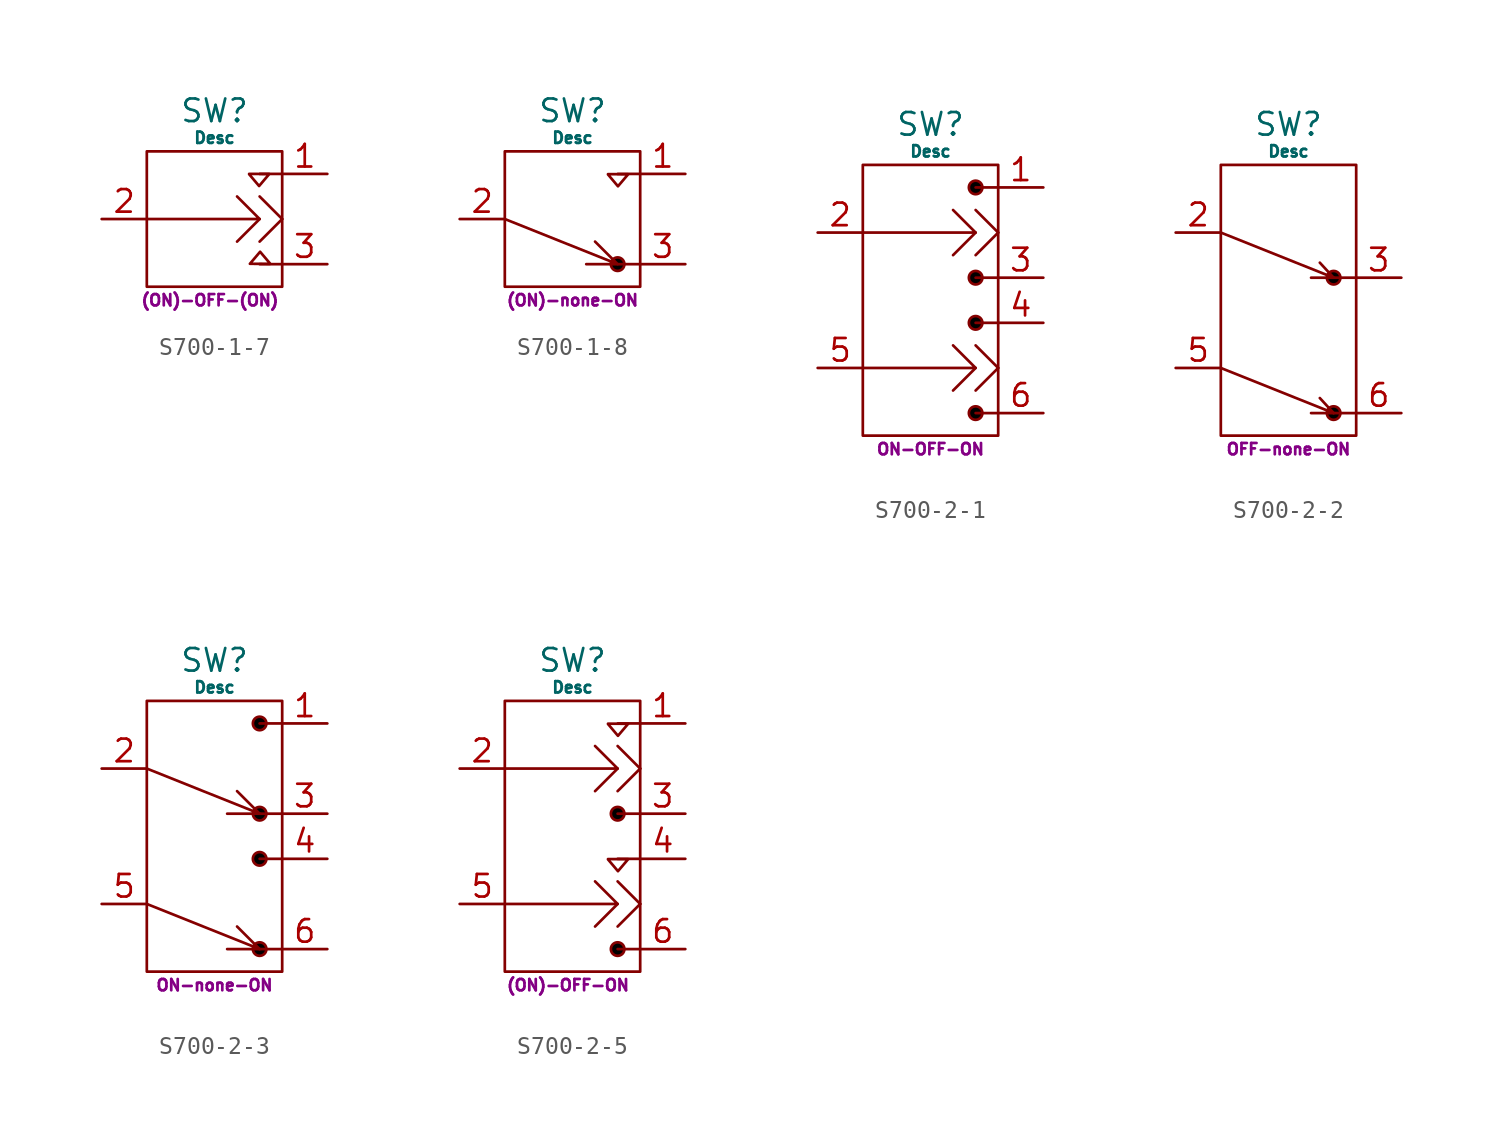
<source format=kicad_sym>
(kicad_symbol_lib
  (version 20231120)
  (generator "kicad_symbol_editor")
  (generator_version "8.0")
  (symbol "S700-1-7"
    (pin_names hide)
    (property "Reference" "SW"
      (at 0 6.096 0)
      (effects (font (size 1.27 1.27))))
    (property "Value" "Desc"
      (at 0 4.572 0)
      (do_not_autoplace)
      (effects (font (size 0.635 0.635))))
    (property "Description" "(ON)-OFF-(ON)"
      (at -0.254 -4.572 0)
      (do_not_autoplace)
      (effects (font (size 0.635 0.635))))
    (symbol "S700-1-7_0_1"
      (rectangle (start -3.81 3.81) (end 3.81 -3.81) (stroke (width 0) (type default)) (fill (type none)))
      (polyline (pts (xy 2.54 0) (xy 1.27 -1.27)) (stroke (width 0) (type default)) (fill (type none)))
      (polyline (pts (xy 3.81 -2.54) (xy 2.54 -2.54)) (stroke (width 0) (type default)) (fill (type none)))
      (polyline (pts (xy 3.81 0) (xy 2.54 -1.27)) (stroke (width 0) (type default)) (fill (type none)))
      (polyline (pts (xy 3.81 0) (xy 2.54 1.27)) (stroke (width 0) (type default)) (fill (type none)))
      (polyline (pts (xy 3.81 2.54) (xy 2.54 2.54)) (stroke (width 0) (type default)) (fill (type none)))
      (polyline (pts (xy -3.81 0) (xy 2.54 0) (xy 1.27 1.27)) (stroke (width 0) (type default)) (fill (type none)))
      (polyline (pts (xy 1.949 2.542) (xy 3.083 2.536) (xy 2.51 1.859) (xy 1.949 2.523)) (stroke (width 0) (type default)) (fill (type none)))
      (polyline (pts (xy 3.128 -2.525) (xy 1.993 -2.519) (xy 2.567 -1.842) (xy 3.128 -2.506)) (stroke (width 0) (type default)) (fill (type none))))
    (symbol "S700-1-7_1_1"
      (pin passive line (at 6.35 2.54 180) (length 2.54) (name "ON" (effects (font (size 1.27 1.27)))) (number "1" (effects (font (size 1.27 1.27)))))
      (pin passive line (at -6.35 0 0) (length 2.54) (name "IN" (effects (font (size 1.27 1.27)))) (number "2" (effects (font (size 1.27 1.27)))))
      (pin passive line (at 6.35 -2.54 180) (length 2.54) (name "ON" (effects (font (size 1.27 1.27)))) (number "3" (effects (font (size 1.27 1.27)))))))
  (symbol "S700-1-8"
    (pin_names hide)
    (property "Reference" "SW"
      (at 0 6.096 0)
      (do_not_autoplace)
      (effects (font (size 1.27 1.27))))
    (property "Value" "Desc"
      (at 0 4.572 0)
      (do_not_autoplace)
      (effects (font (size 0.635 0.635))))
    (property "Description" "(ON)-none-ON"
      (at 0 -4.572 0)
      (do_not_autoplace)
      (effects (font (size 0.635 0.635))))
    (symbol "S700-1-8_0_1"
      (rectangle (start -3.81 3.81) (end 3.81 -3.81) (stroke (width 0) (type default)) (fill (type none)))
      (polyline (pts (xy 3.81 -2.54) (xy 2.54 -2.54)) (stroke (width 0) (type default)) (fill (type none)))
      (polyline (pts (xy 3.81 2.54) (xy 2.54 2.54)) (stroke (width 0) (type default)) (fill (type none)))
      (polyline (pts (xy 1.998 2.527) (xy 3.133 2.521) (xy 2.559 1.843) (xy 1.998 2.508)) (stroke (width 0) (type default)) (fill (type none)))
      (polyline (pts (xy -3.81 0) (xy 2.54 -2.54) (xy 1.27 -1.27) (xy 2.54 -2.54) (xy 0.773 -2.54)) (stroke (width 0) (type default)) (fill (type none)))
      (circle (center 2.54 -2.54) (radius 0.381) (stroke (width 0) (type default)) (fill (type color) (color 0 0 0 1))))
    (symbol "S700-1-8_1_1"
      (pin passive line (at 6.35 2.54 180) (length 2.54) (name "ON" (effects (font (size 1.27 1.27)))) (number "1" (effects (font (size 1.27 1.27)))))
      (pin passive line (at -6.35 0 0) (length 2.54) (name "IN" (effects (font (size 1.27 1.27)))) (number "2" (effects (font (size 1.27 1.27)))))
      (pin passive line (at 6.35 -2.54 180) (length 2.54) (name "ON" (effects (font (size 1.27 1.27)))) (number "3" (effects (font (size 1.27 1.27)))))))
  (symbol "S700-2-1"
    (pin_names hide)
    (property "Reference" "SW"
      (at 0 9.906 0)
      (do_not_autoplace)
      (effects (font (size 1.27 1.27))))
    (property "Value" "Desc"
      (at 0 8.382 0)
      (do_not_autoplace)
      (effects (font (size 0.635 0.635))))
    (property "Description" "ON-OFF-ON"
      (at 0 -8.382 0)
      (do_not_autoplace)
      (effects (font (size 0.635 0.635))))
    (symbol "S700-2-1_0_1"
      (rectangle (start -3.81 7.62) (end 3.81 -7.62) (stroke (width 0) (type default)) (fill (type none)))
      (polyline (pts (xy 2.54 -3.81) (xy 1.27 -5.08)) (stroke (width 0) (type default)) (fill (type none)))
      (polyline (pts (xy 2.54 3.81) (xy 1.27 2.54)) (stroke (width 0) (type default)) (fill (type none)))
      (polyline (pts (xy 3.81 -6.35) (xy 2.54 -6.35)) (stroke (width 0) (type default)) (fill (type none)))
      (polyline (pts (xy 3.81 -3.81) (xy 2.54 -5.08)) (stroke (width 0) (type default)) (fill (type none)))
      (polyline (pts (xy 3.81 -3.81) (xy 2.54 -2.54)) (stroke (width 0) (type default)) (fill (type none)))
      (polyline (pts (xy 3.81 -1.27) (xy 2.54 -1.27)) (stroke (width 0) (type default)) (fill (type none)))
      (polyline (pts (xy 3.81 1.27) (xy 2.54 1.27)) (stroke (width 0) (type default)) (fill (type none)))
      (polyline (pts (xy 3.81 3.81) (xy 2.54 2.54)) (stroke (width 0) (type default)) (fill (type none)))
      (polyline (pts (xy 3.81 3.81) (xy 2.54 5.08)) (stroke (width 0) (type default)) (fill (type none)))
      (polyline (pts (xy 3.81 6.35) (xy 2.54 6.35)) (stroke (width 0) (type default)) (fill (type none)))
      (polyline (pts (xy -3.81 -3.81) (xy 2.54 -3.81) (xy 1.27 -2.54)) (stroke (width 0) (type default)) (fill (type none)))
      (polyline (pts (xy -3.81 3.81) (xy 2.54 3.81) (xy 1.27 5.08)) (stroke (width 0) (type default)) (fill (type none)))
      (circle (center 2.54 -6.35) (radius 0.381) (stroke (width 0) (type default)) (fill (type color) (color 0 0 0 1)))
      (circle (center 2.54 -1.27) (radius 0.381) (stroke (width 0) (type default)) (fill (type color) (color 0 0 0 1)))
      (circle (center 2.54 1.27) (radius 0.381) (stroke (width 0) (type default)) (fill (type color) (color 0 0 0 1)))
      (circle (center 2.54 6.35) (radius 0.381) (stroke (width 0) (type default)) (fill (type color) (color 0 0 0 1))))
    (symbol "S700-2-1_1_1"
      (pin passive line (at 6.35 6.35 180) (length 2.54) (name "ON" (effects (font (size 1.27 1.27)))) (number "1" (effects (font (size 1.27 1.27)))))
      (pin passive line (at -6.35 3.81 0) (length 2.54) (name "IN" (effects (font (size 1.27 1.27)))) (number "2" (effects (font (size 1.27 1.27)))))
      (pin passive line (at 6.35 1.27 180) (length 2.54) (name "ON" (effects (font (size 1.27 1.27)))) (number "3" (effects (font (size 1.27 1.27)))))
      (pin passive line (at 6.35 -1.27 180) (length 2.54) (name "ON" (effects (font (size 1.27 1.27)))) (number "4" (effects (font (size 1.27 1.27)))))
      (pin passive line (at -6.35 -3.81 0) (length 2.54) (name "IN" (effects (font (size 1.27 1.27)))) (number "5" (effects (font (size 1.27 1.27)))))
      (pin passive line (at 6.35 -6.35 180) (length 2.54) (name "ON" (effects (font (size 1.27 1.27)))) (number "6" (effects (font (size 1.27 1.27)))))))
  (symbol "S700-2-2"
    (pin_names hide)
    (property "Reference" "SW"
      (at 0 9.906 0)
      (do_not_autoplace)
      (effects (font (size 1.27 1.27))))
    (property "Value" "Desc"
      (at 0 8.382 0)
      (do_not_autoplace)
      (effects (font (size 0.635 0.635))))
    (property "Description" "OFF-none-ON"
      (at 0 -8.382 0)
      (do_not_autoplace)
      (effects (font (size 0.635 0.635))))
    (symbol "S700-2-2_0_1"
      (rectangle (start -3.81 7.62) (end 3.81 -7.62) (stroke (width 0) (type default)) (fill (type none)))
      (polyline (pts (xy 2.54 -6.35) (xy 1.27 -6.35)) (stroke (width 0) (type default)) (fill (type none)))
      (polyline (pts (xy 2.54 1.27) (xy 1.27 1.27)) (stroke (width 0) (type default)) (fill (type none)))
      (polyline (pts (xy 3.81 -6.35) (xy 2.54 -6.35)) (stroke (width 0) (type default)) (fill (type none)))
      (polyline (pts (xy 3.81 1.27) (xy 2.54 1.27)) (stroke (width 0) (type default)) (fill (type none)))
      (polyline (pts (xy -3.81 -3.81) (xy 2.54 -6.35) (xy 1.763 -5.504)) (stroke (width 0) (type default)) (fill (type none)))
      (polyline (pts (xy -3.81 3.81) (xy 2.54 1.27) (xy 1.763 2.116)) (stroke (width 0) (type default)) (fill (type none)))
      (circle (center 2.54 -6.35) (radius 0.381) (stroke (width 0) (type default)) (fill (type color) (color 0 0 0 1)))
      (circle (center 2.54 1.27) (radius 0.381) (stroke (width 0) (type default)) (fill (type color) (color 0 0 0 1))))
    (symbol "S700-2-2_1_1"
      (pin passive line (at -6.35 3.81 0) (length 2.54) (name "IN" (effects (font (size 1.27 1.27)))) (number "2" (effects (font (size 1.27 1.27)))))
      (pin passive line (at 6.35 1.27 180) (length 2.54) (name "ON" (effects (font (size 1.27 1.27)))) (number "3" (effects (font (size 1.27 1.27)))))
      (pin passive line (at -6.35 -3.81 0) (length 2.54) (name "IN" (effects (font (size 1.27 1.27)))) (number "5" (effects (font (size 1.27 1.27)))))
      (pin passive line (at 6.35 -6.35 180) (length 2.54) (name "ON" (effects (font (size 1.27 1.27)))) (number "6" (effects (font (size 1.27 1.27)))))))
  (symbol "S700-2-3"
    (pin_names hide)
    (property "Reference" "SW"
      (at 0 9.906 0)
      (do_not_autoplace)
      (effects (font (size 1.27 1.27))))
    (property "Value" "Desc"
      (at 0 8.382 0)
      (do_not_autoplace)
      (effects (font (size 0.635 0.635))))
    (property "Description" "ON-none-ON"
      (at 0 -8.382 0)
      (do_not_autoplace)
      (effects (font (size 0.635 0.635))))
    (symbol "S700-2-3_0_1"
      (rectangle (start -3.81 7.62) (end 3.81 -7.62) (stroke (width 0) (type default)) (fill (type none)))
      (polyline (pts (xy 2.54 -6.35) (xy 0.712 -6.35)) (stroke (width 0) (type default)) (fill (type none)))
      (polyline (pts (xy 2.54 1.27) (xy 0.712 1.27)) (stroke (width 0) (type default)) (fill (type none)))
      (polyline (pts (xy 3.81 -6.35) (xy 2.54 -6.35)) (stroke (width 0) (type default)) (fill (type none)))
      (polyline (pts (xy 3.81 -1.27) (xy 2.54 -1.27)) (stroke (width 0) (type default)) (fill (type none)))
      (polyline (pts (xy 3.81 1.27) (xy 2.54 1.27)) (stroke (width 0) (type default)) (fill (type none)))
      (polyline (pts (xy 3.81 6.35) (xy 2.54 6.35)) (stroke (width 0) (type default)) (fill (type none)))
      (polyline (pts (xy -3.81 -3.81) (xy 2.54 -6.35) (xy 1.27 -5.08)) (stroke (width 0) (type default)) (fill (type none)))
      (polyline (pts (xy -3.81 3.81) (xy 2.54 1.27) (xy 1.27 2.54)) (stroke (width 0) (type default)) (fill (type none)))
      (circle (center 2.54 -6.35) (radius 0.381) (stroke (width 0) (type default)) (fill (type color) (color 0 0 0 1)))
      (circle (center 2.54 -1.27) (radius 0.381) (stroke (width 0) (type default)) (fill (type color) (color 0 0 0 1)))
      (circle (center 2.54 1.27) (radius 0.381) (stroke (width 0) (type default)) (fill (type color) (color 0 0 0 1)))
      (circle (center 2.54 6.35) (radius 0.381) (stroke (width 0) (type default)) (fill (type color) (color 0 0 0 1))))
    (symbol "S700-2-3_1_1"
      (pin passive line (at 6.35 6.35 180) (length 2.54) (name "ON" (effects (font (size 1.27 1.27)))) (number "1" (effects (font (size 1.27 1.27)))))
      (pin passive line (at -6.35 3.81 0) (length 2.54) (name "IN" (effects (font (size 1.27 1.27)))) (number "2" (effects (font (size 1.27 1.27)))))
      (pin passive line (at 6.35 1.27 180) (length 2.54) (name "ON" (effects (font (size 1.27 1.27)))) (number "3" (effects (font (size 1.27 1.27)))))
      (pin passive line (at 6.35 -1.27 180) (length 2.54) (name "ON" (effects (font (size 1.27 1.27)))) (number "4" (effects (font (size 1.27 1.27)))))
      (pin passive line (at -6.35 -3.81 0) (length 2.54) (name "IN" (effects (font (size 1.27 1.27)))) (number "5" (effects (font (size 1.27 1.27)))))
      (pin passive line (at 6.35 -6.35 180) (length 2.54) (name "ON" (effects (font (size 1.27 1.27)))) (number "6" (effects (font (size 1.27 1.27)))))))
  (symbol "S700-2-5"
    (pin_names hide)
    (property "Reference" "SW"
      (at 0 9.906 0)
      (do_not_autoplace)
      (effects (font (size 1.27 1.27))))
    (property "Value" "Desc"
      (at 0 8.382 0)
      (do_not_autoplace)
      (effects (font (size 0.635 0.635))))
    (property "Description" "(ON)-OFF-ON"
      (at -0.254 -8.382 0)
      (do_not_autoplace)
      (effects (font (size 0.635 0.635))))
    (symbol "S700-2-5_0_1"
      (rectangle (start -3.81 7.62) (end 3.81 -7.62) (stroke (width 0) (type default)) (fill (type none)))
      (polyline (pts (xy 2.54 -3.81) (xy 1.27 -5.08)) (stroke (width 0) (type default)) (fill (type none)))
      (polyline (pts (xy 2.54 3.81) (xy 1.27 2.54)) (stroke (width 0) (type default)) (fill (type none)))
      (polyline (pts (xy 3.81 -6.35) (xy 2.54 -6.35)) (stroke (width 0) (type default)) (fill (type none)))
      (polyline (pts (xy 3.81 -3.81) (xy 2.54 -5.08)) (stroke (width 0) (type default)) (fill (type none)))
      (polyline (pts (xy 3.81 -3.81) (xy 2.54 -2.54)) (stroke (width 0) (type default)) (fill (type none)))
      (polyline (pts (xy 3.81 -1.27) (xy 2.54 -1.27)) (stroke (width 0) (type default)) (fill (type none)))
      (polyline (pts (xy 3.81 1.27) (xy 2.54 1.27)) (stroke (width 0) (type default)) (fill (type none)))
      (polyline (pts (xy 3.81 3.81) (xy 2.54 2.54)) (stroke (width 0) (type default)) (fill (type none)))
      (polyline (pts (xy 3.81 3.81) (xy 2.54 5.08)) (stroke (width 0) (type default)) (fill (type none)))
      (polyline (pts (xy 3.81 6.35) (xy 2.54 6.35)) (stroke (width 0) (type default)) (fill (type none)))
      (polyline (pts (xy -3.81 -3.81) (xy 2.54 -3.81) (xy 1.27 -2.54)) (stroke (width 0) (type default)) (fill (type none)))
      (polyline (pts (xy -3.81 3.81) (xy 2.54 3.81) (xy 1.27 5.08)) (stroke (width 0) (type default)) (fill (type none)))
      (polyline (pts (xy 1.998 -1.283) (xy 3.133 -1.289) (xy 2.559 -1.966) (xy 1.998 -1.302)) (stroke (width 0) (type default)) (fill (type none)))
      (polyline (pts (xy 1.998 6.337) (xy 3.133 6.331) (xy 2.559 5.654) (xy 1.998 6.318)) (stroke (width 0) (type default)) (fill (type none)))
      (circle (center 2.54 -6.35) (radius 0.381) (stroke (width 0) (type default)) (fill (type color) (color 0 0 0 1)))
      (circle (center 2.54 1.27) (radius 0.381) (stroke (width 0) (type default)) (fill (type color) (color 0 0 0 1))))
    (symbol "S700-2-5_1_1"
      (pin passive line (at 6.35 6.35 180) (length 2.54) (name "ON" (effects (font (size 1.27 1.27)))) (number "1" (effects (font (size 1.27 1.27)))))
      (pin passive line (at -6.35 3.81 0) (length 2.54) (name "IN" (effects (font (size 1.27 1.27)))) (number "2" (effects (font (size 1.27 1.27)))))
      (pin passive line (at 6.35 1.27 180) (length 2.54) (name "ON" (effects (font (size 1.27 1.27)))) (number "3" (effects (font (size 1.27 1.27)))))
      (pin passive line (at 6.35 -1.27 180) (length 2.54) (name "ON" (effects (font (size 1.27 1.27)))) (number "4" (effects (font (size 1.27 1.27)))))
      (pin passive line (at -6.35 -3.81 0) (length 2.54) (name "IN" (effects (font (size 1.27 1.27)))) (number "5" (effects (font (size 1.27 1.27)))))
      (pin passive line (at 6.35 -6.35 180) (length 2.54) (name "ON" (effects (font (size 1.27 1.27)))) (number "6" (effects (font (size 1.27 1.27))))))))
</source>
